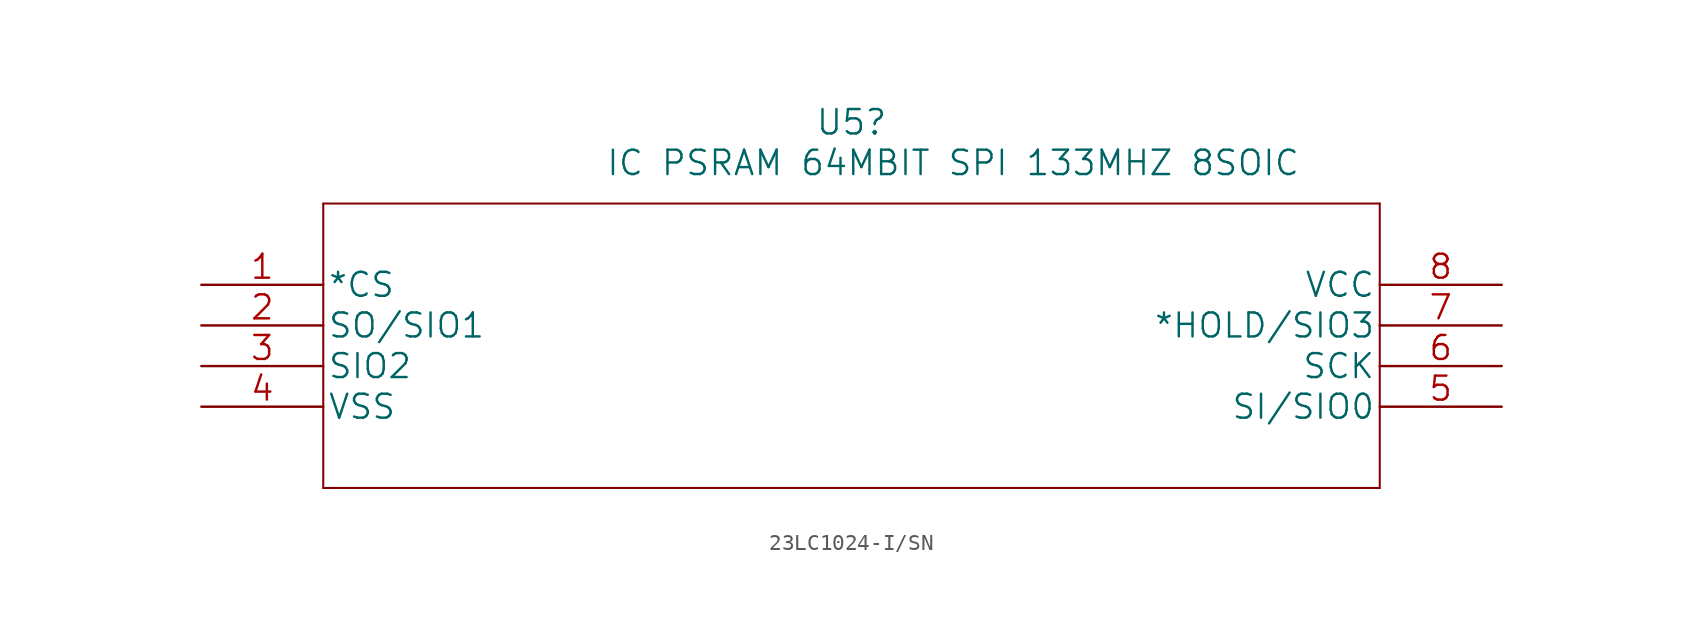
<source format=kicad_sym>
(kicad_symbol_lib
  (version 20220914)
  (generator kicad_symbol_editor)
  (symbol "23LC1024-I/SN"
    (pin_names
      (offset 0.254))
    (property "Reference" "U5"
      (at 40.64 10.16 0)
      (effects (font (size 1.524 1.524))))
    (property "Value" "IC PSRAM 64MBIT SPI 133MHZ 8SOIC"
      (at 46.99 7.62 0)
      (effects (font (size 1.524 1.524))))
    (property "Datasheet" ""
      (at 0 0 0)
      (effects (font (size 1.524 1.524))))
    (symbol "23LC1024-I/SN_1_1"
      (polyline (pts (xy 7.62 -12.7) (xy 73.66 -12.7)) (stroke (width 0.127) (type solid)) (fill (type none)))
      (polyline (pts (xy 7.62 5.08) (xy 7.62 -12.7)) (stroke (width 0.127) (type solid)) (fill (type none)))
      (polyline (pts (xy 73.66 -12.7) (xy 73.66 5.08)) (stroke (width 0.127) (type solid)) (fill (type none)))
      (polyline (pts (xy 73.66 5.08) (xy 7.62 5.08)) (stroke (width 0.127) (type solid)) (fill (type none)))
      (pin input line (at 0 0 0) (length 7.62) (name "*CS" (effects (font (size 1.499 1.499)))) (number "1" (effects (font (size 1.499 1.499)))))
      (pin bidirectional line (at 0 -2.54 0) (length 7.62) (name "SO/SIO1" (effects (font (size 1.499 1.499)))) (number "2" (effects (font (size 1.499 1.499)))))
      (pin bidirectional line (at 0 -5.08 0) (length 7.62) (name "SIO2" (effects (font (size 1.499 1.499)))) (number "3" (effects (font (size 1.499 1.499)))))
      (pin power_in line (at 0 -7.62 0) (length 7.62) (name "VSS" (effects (font (size 1.499 1.499)))) (number "4" (effects (font (size 1.499 1.499)))))
      (pin bidirectional line (at 81.28 -7.62 180) (length 7.62) (name "SI/SIO0" (effects (font (size 1.499 1.499)))) (number "5" (effects (font (size 1.499 1.499)))))
      (pin bidirectional line (at 81.28 -5.08 180) (length 7.62) (name "SCK" (effects (font (size 1.499 1.499)))) (number "6" (effects (font (size 1.499 1.499)))))
      (pin bidirectional line (at 81.28 -2.54 180) (length 7.62) (name "*HOLD/SIO3" (effects (font (size 1.499 1.499)))) (number "7" (effects (font (size 1.499 1.499)))))
      (pin power_in line (at 81.28 0 180) (length 7.62) (name "VCC" (effects (font (size 1.499 1.499)))) (number "8" (effects (font (size 1.499 1.499))))))))
</source>
